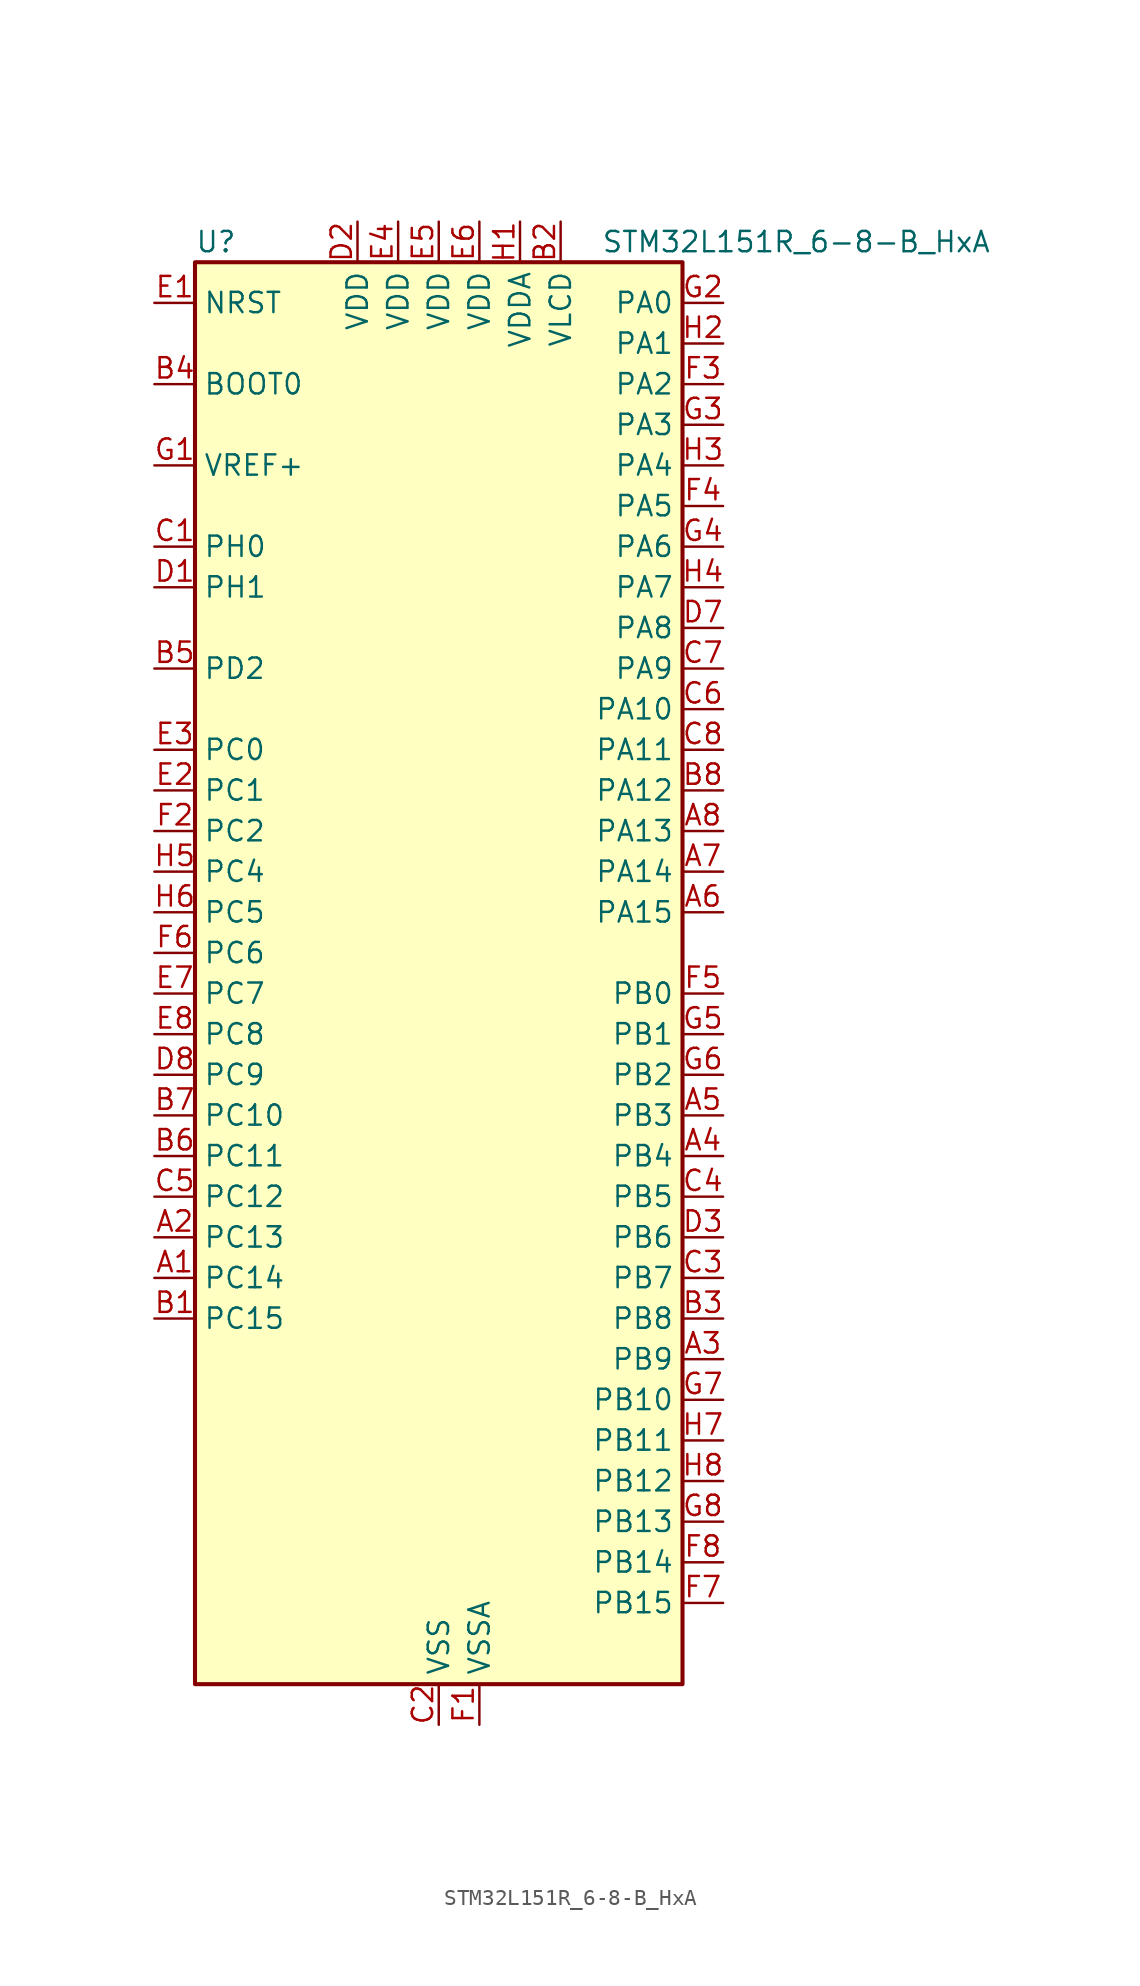
<source format=kicad_sym>
(kicad_symbol_lib
  (version 20231120)
  (generator "kicad-library-utils")
  (generator_version "8.0")
  (symbol "STM32L151R_6-8-B_HxA"
    (property "Reference" "U"
      (at -15.24 46.99 0)
      (effects (font (size 1.27 1.27)) (justify left)))
    (property "Value" "STM32L151R_6-8-B_HxA"
      (at 10.16 46.99 0)
      (effects (font (size 1.27 1.27)) (justify left)))
    (symbol "STM32L151R_6-8-B_HxA_0_1"
      (rectangle (start -15.24 -43.18) (end 15.24 45.72) (stroke (width 0.254) (type default)) (fill (type background))))
    (symbol "STM32L151R_6-8-B_HxA_1_1"
      (pin bidirectional line (at -17.78 -17.78 0) (length 2.54) (name "PC14" (effects (font (size 1.27 1.27)))) (number "A1" (effects (font (size 1.27 1.27)))) (alternate "RCC_OSC32_IN" bidirectional line) (alternate "TIMX_IC3" bidirectional line))
      (pin bidirectional line (at -17.78 -15.24 0) (length 2.54) (name "PC13" (effects (font (size 1.27 1.27)))) (number "A2" (effects (font (size 1.27 1.27)))) (alternate "RTC_OUT_ALARM" bidirectional line) (alternate "RTC_OUT_CALIB" bidirectional line) (alternate "RTC_TAMP1" bidirectional line) (alternate "RTC_TS" bidirectional line) (alternate "SYS_WKUP2" bidirectional line) (alternate "TIMX_IC2" bidirectional line))
      (pin bidirectional line (at 17.78 -22.86 180) (length 2.54) (name "PB9" (effects (font (size 1.27 1.27)))) (number "A3" (effects (font (size 1.27 1.27)))) (alternate "DAC_EXTI9" bidirectional line) (alternate "I2C1_SDA" bidirectional line) (alternate "TIM11_CH1" bidirectional line) (alternate "TIM4_CH4" bidirectional line))
      (pin bidirectional line (at 17.78 -10.16 180) (length 2.54) (name "PB4" (effects (font (size 1.27 1.27)))) (number "A4" (effects (font (size 1.27 1.27)))) (alternate "COMP2_INP" bidirectional line) (alternate "SPI1_MISO" bidirectional line) (alternate "SYS_JTRST" bidirectional line) (alternate "TIM3_CH1" bidirectional line) (alternate "TS_G6_IO1" bidirectional line))
      (pin bidirectional line (at 17.78 -7.62 180) (length 2.54) (name "PB3" (effects (font (size 1.27 1.27)))) (number "A5" (effects (font (size 1.27 1.27)))) (alternate "COMP2_INM" bidirectional line) (alternate "SPI1_SCK" bidirectional line) (alternate "SYS_JTDO-TRACESWO" bidirectional line) (alternate "TIM2_CH2" bidirectional line))
      (pin bidirectional line (at 17.78 5.08 180) (length 2.54) (name "PA15" (effects (font (size 1.27 1.27)))) (number "A6" (effects (font (size 1.27 1.27)))) (alternate "ADC_EXTI15" bidirectional line) (alternate "SPI1_NSS" bidirectional line) (alternate "SYS_JTDI" bidirectional line) (alternate "TIM2_CH1" bidirectional line) (alternate "TIM2_ETR" bidirectional line) (alternate "TIMX_IC4" bidirectional line) (alternate "TS_G5_IO3" bidirectional line))
      (pin bidirectional line (at 17.78 7.62 180) (length 2.54) (name "PA14" (effects (font (size 1.27 1.27)))) (number "A7" (effects (font (size 1.27 1.27)))) (alternate "SYS_JTCK-SWCLK" bidirectional line) (alternate "TIMX_IC3" bidirectional line) (alternate "TS_G5_IO2" bidirectional line))
      (pin bidirectional line (at 17.78 10.16 180) (length 2.54) (name "PA13" (effects (font (size 1.27 1.27)))) (number "A8" (effects (font (size 1.27 1.27)))) (alternate "SYS_JTMS-SWDIO" bidirectional line) (alternate "TIMX_IC2" bidirectional line) (alternate "TS_G5_IO1" bidirectional line))
      (pin bidirectional line (at -17.78 -20.32 0) (length 2.54) (name "PC15" (effects (font (size 1.27 1.27)))) (number "B1" (effects (font (size 1.27 1.27)))) (alternate "ADC_EXTI15" bidirectional line) (alternate "RCC_OSC32_OUT" bidirectional line) (alternate "TIMX_IC4" bidirectional line))
      (pin power_in line (at 7.62 48.26 270) (length 2.54) (name "VLCD" (effects (font (size 1.27 1.27)))) (number "B2" (effects (font (size 1.27 1.27)))))
      (pin bidirectional line (at 17.78 -20.32 180) (length 2.54) (name "PB8" (effects (font (size 1.27 1.27)))) (number "B3" (effects (font (size 1.27 1.27)))) (alternate "I2C1_SCL" bidirectional line) (alternate "TIM10_CH1" bidirectional line) (alternate "TIM4_CH3" bidirectional line))
      (pin input line (at -17.78 38.1 0) (length 2.54) (name "BOOT0" (effects (font (size 1.27 1.27)))) (number "B4" (effects (font (size 1.27 1.27)))))
      (pin bidirectional line (at -17.78 20.32 0) (length 2.54) (name "PD2" (effects (font (size 1.27 1.27)))) (number "B5" (effects (font (size 1.27 1.27)))) (alternate "TIM3_ETR" bidirectional line) (alternate "TIMX_IC3" bidirectional line))
      (pin bidirectional line (at -17.78 -10.16 0) (length 2.54) (name "PC11" (effects (font (size 1.27 1.27)))) (number "B6" (effects (font (size 1.27 1.27)))) (alternate "ADC_EXTI11" bidirectional line) (alternate "TIMX_IC4" bidirectional line) (alternate "USART3_RX" bidirectional line))
      (pin bidirectional line (at -17.78 -7.62 0) (length 2.54) (name "PC10" (effects (font (size 1.27 1.27)))) (number "B7" (effects (font (size 1.27 1.27)))) (alternate "TIMX_IC3" bidirectional line) (alternate "USART3_TX" bidirectional line))
      (pin bidirectional line (at 17.78 12.7 180) (length 2.54) (name "PA12" (effects (font (size 1.27 1.27)))) (number "B8" (effects (font (size 1.27 1.27)))) (alternate "SPI1_MOSI" bidirectional line) (alternate "TIMX_IC1" bidirectional line) (alternate "USART1_RTS" bidirectional line) (alternate "USB_DP" bidirectional line))
      (pin bidirectional line (at -17.78 27.94 0) (length 2.54) (name "PH0" (effects (font (size 1.27 1.27)))) (number "C1" (effects (font (size 1.27 1.27)))) (alternate "RCC_OSC_IN" bidirectional line))
      (pin power_in line (at 0 -45.72 90) (length 2.54) (name "VSS" (effects (font (size 1.27 1.27)))) (number "C2" (effects (font (size 1.27 1.27)))))
      (pin bidirectional line (at 17.78 -17.78 180) (length 2.54) (name "PB7" (effects (font (size 1.27 1.27)))) (number "C3" (effects (font (size 1.27 1.27)))) (alternate "I2C1_SDA" bidirectional line) (alternate "SYS_PVD_IN" bidirectional line) (alternate "TIM4_CH2" bidirectional line) (alternate "TS_G6_IO4" bidirectional line) (alternate "USART1_RX" bidirectional line))
      (pin bidirectional line (at 17.78 -12.7 180) (length 2.54) (name "PB5" (effects (font (size 1.27 1.27)))) (number "C4" (effects (font (size 1.27 1.27)))) (alternate "COMP2_INP" bidirectional line) (alternate "I2C1_SMBA" bidirectional line) (alternate "SPI1_MOSI" bidirectional line) (alternate "TIM3_CH2" bidirectional line) (alternate "TS_G6_IO2" bidirectional line))
      (pin bidirectional line (at -17.78 -12.7 0) (length 2.54) (name "PC12" (effects (font (size 1.27 1.27)))) (number "C5" (effects (font (size 1.27 1.27)))) (alternate "TIMX_IC1" bidirectional line) (alternate "USART3_CK" bidirectional line))
      (pin bidirectional line (at 17.78 17.78 180) (length 2.54) (name "PA10" (effects (font (size 1.27 1.27)))) (number "C6" (effects (font (size 1.27 1.27)))) (alternate "TIMX_IC3" bidirectional line) (alternate "TS_G4_IO3" bidirectional line) (alternate "USART1_RX" bidirectional line))
      (pin bidirectional line (at 17.78 20.32 180) (length 2.54) (name "PA9" (effects (font (size 1.27 1.27)))) (number "C7" (effects (font (size 1.27 1.27)))) (alternate "DAC_EXTI9" bidirectional line) (alternate "TIMX_IC2" bidirectional line) (alternate "TS_G4_IO2" bidirectional line) (alternate "USART1_TX" bidirectional line))
      (pin bidirectional line (at 17.78 15.24 180) (length 2.54) (name "PA11" (effects (font (size 1.27 1.27)))) (number "C8" (effects (font (size 1.27 1.27)))) (alternate "ADC_EXTI11" bidirectional line) (alternate "SPI1_MISO" bidirectional line) (alternate "TIMX_IC4" bidirectional line) (alternate "USART1_CTS" bidirectional line) (alternate "USB_DM" bidirectional line))
      (pin bidirectional line (at -17.78 25.4 0) (length 2.54) (name "PH1" (effects (font (size 1.27 1.27)))) (number "D1" (effects (font (size 1.27 1.27)))) (alternate "RCC_OSC_OUT" bidirectional line))
      (pin power_in line (at -5.08 48.26 270) (length 2.54) (name "VDD" (effects (font (size 1.27 1.27)))) (number "D2" (effects (font (size 1.27 1.27)))))
      (pin bidirectional line (at 17.78 -15.24 180) (length 2.54) (name "PB6" (effects (font (size 1.27 1.27)))) (number "D3" (effects (font (size 1.27 1.27)))) (alternate "I2C1_SCL" bidirectional line) (alternate "TIM4_CH1" bidirectional line) (alternate "TS_G6_IO3" bidirectional line) (alternate "USART1_TX" bidirectional line))
      (pin passive line (at 0 -45.72 90) (length 2.54) hide (name "VSS" (effects (font (size 1.27 1.27)))) (number "D4" (effects (font (size 1.27 1.27)))))
      (pin passive line (at 0 -45.72 90) (length 2.54) hide (name "VSS" (effects (font (size 1.27 1.27)))) (number "D5" (effects (font (size 1.27 1.27)))))
      (pin passive line (at 0 -45.72 90) (length 2.54) hide (name "VSS" (effects (font (size 1.27 1.27)))) (number "D6" (effects (font (size 1.27 1.27)))))
      (pin bidirectional line (at 17.78 22.86 180) (length 2.54) (name "PA8" (effects (font (size 1.27 1.27)))) (number "D7" (effects (font (size 1.27 1.27)))) (alternate "RCC_MCO" bidirectional line) (alternate "TIMX_IC1" bidirectional line) (alternate "TS_G4_IO1" bidirectional line) (alternate "USART1_CK" bidirectional line))
      (pin bidirectional line (at -17.78 -5.08 0) (length 2.54) (name "PC9" (effects (font (size 1.27 1.27)))) (number "D8" (effects (font (size 1.27 1.27)))) (alternate "DAC_EXTI9" bidirectional line) (alternate "TIM3_CH4" bidirectional line) (alternate "TIMX_IC2" bidirectional line) (alternate "TS_G10_IO4" bidirectional line))
      (pin input line (at -17.78 43.18 0) (length 2.54) (name "NRST" (effects (font (size 1.27 1.27)))) (number "E1" (effects (font (size 1.27 1.27)))))
      (pin bidirectional line (at -17.78 12.7 0) (length 2.54) (name "PC1" (effects (font (size 1.27 1.27)))) (number "E2" (effects (font (size 1.27 1.27)))) (alternate "ADC_IN11" bidirectional line) (alternate "COMP1_INP" bidirectional line) (alternate "TIMX_IC2" bidirectional line) (alternate "TS_G8_IO2" bidirectional line))
      (pin bidirectional line (at -17.78 15.24 0) (length 2.54) (name "PC0" (effects (font (size 1.27 1.27)))) (number "E3" (effects (font (size 1.27 1.27)))) (alternate "ADC_IN10" bidirectional line) (alternate "COMP1_INP" bidirectional line) (alternate "TIMX_IC1" bidirectional line) (alternate "TS_G8_IO1" bidirectional line))
      (pin power_in line (at -2.54 48.26 270) (length 2.54) (name "VDD" (effects (font (size 1.27 1.27)))) (number "E4" (effects (font (size 1.27 1.27)))))
      (pin power_in line (at 0 48.26 270) (length 2.54) (name "VDD" (effects (font (size 1.27 1.27)))) (number "E5" (effects (font (size 1.27 1.27)))))
      (pin power_in line (at 2.54 48.26 270) (length 2.54) (name "VDD" (effects (font (size 1.27 1.27)))) (number "E6" (effects (font (size 1.27 1.27)))))
      (pin bidirectional line (at -17.78 0 0) (length 2.54) (name "PC7" (effects (font (size 1.27 1.27)))) (number "E7" (effects (font (size 1.27 1.27)))) (alternate "TIM3_CH2" bidirectional line) (alternate "TIMX_IC4" bidirectional line) (alternate "TS_G10_IO2" bidirectional line))
      (pin bidirectional line (at -17.78 -2.54 0) (length 2.54) (name "PC8" (effects (font (size 1.27 1.27)))) (number "E8" (effects (font (size 1.27 1.27)))) (alternate "TIM3_CH3" bidirectional line) (alternate "TIMX_IC1" bidirectional line) (alternate "TS_G10_IO3" bidirectional line))
      (pin power_in line (at 2.54 -45.72 90) (length 2.54) (name "VSSA" (effects (font (size 1.27 1.27)))) (number "F1" (effects (font (size 1.27 1.27)))))
      (pin bidirectional line (at -17.78 10.16 0) (length 2.54) (name "PC2" (effects (font (size 1.27 1.27)))) (number "F2" (effects (font (size 1.27 1.27)))) (alternate "ADC_IN12" bidirectional line) (alternate "COMP1_INP" bidirectional line) (alternate "TIMX_IC3" bidirectional line) (alternate "TS_G8_IO3" bidirectional line))
      (pin bidirectional line (at 17.78 38.1 180) (length 2.54) (name "PA2" (effects (font (size 1.27 1.27)))) (number "F3" (effects (font (size 1.27 1.27)))) (alternate "ADC_IN2" bidirectional line) (alternate "COMP1_INP" bidirectional line) (alternate "TIM2_CH3" bidirectional line) (alternate "TIM9_CH1" bidirectional line) (alternate "TIMX_IC3" bidirectional line) (alternate "TS_G1_IO3" bidirectional line) (alternate "USART2_TX" bidirectional line))
      (pin bidirectional line (at 17.78 30.48 180) (length 2.54) (name "PA5" (effects (font (size 1.27 1.27)))) (number "F4" (effects (font (size 1.27 1.27)))) (alternate "ADC_IN5" bidirectional line) (alternate "COMP1_INP" bidirectional line) (alternate "DAC_OUT2" bidirectional line) (alternate "SPI1_SCK" bidirectional line) (alternate "TIM2_CH1" bidirectional line) (alternate "TIM2_ETR" bidirectional line) (alternate "TIMX_IC2" bidirectional line))
      (pin bidirectional line (at 17.78 0 180) (length 2.54) (name "PB0" (effects (font (size 1.27 1.27)))) (number "F5" (effects (font (size 1.27 1.27)))) (alternate "ADC_IN8" bidirectional line) (alternate "COMP1_INP" bidirectional line) (alternate "SYS_V_REF_OUT" bidirectional line) (alternate "TIM3_CH3" bidirectional line) (alternate "TS_G3_IO1" bidirectional line))
      (pin bidirectional line (at -17.78 2.54 0) (length 2.54) (name "PC6" (effects (font (size 1.27 1.27)))) (number "F6" (effects (font (size 1.27 1.27)))) (alternate "TIM3_CH1" bidirectional line) (alternate "TIMX_IC3" bidirectional line) (alternate "TS_G10_IO1" bidirectional line))
      (pin bidirectional line (at 17.78 -38.1 180) (length 2.54) (name "PB15" (effects (font (size 1.27 1.27)))) (number "F7" (effects (font (size 1.27 1.27)))) (alternate "ADC_EXTI15" bidirectional line) (alternate "ADC_IN21" bidirectional line) (alternate "COMP1_INP" bidirectional line) (alternate "RTC_REFIN" bidirectional line) (alternate "SPI2_MOSI" bidirectional line) (alternate "TIM11_CH1" bidirectional line) (alternate "TS_G7_IO4" bidirectional line))
      (pin bidirectional line (at 17.78 -35.56 180) (length 2.54) (name "PB14" (effects (font (size 1.27 1.27)))) (number "F8" (effects (font (size 1.27 1.27)))) (alternate "ADC_IN20" bidirectional line) (alternate "COMP1_INP" bidirectional line) (alternate "SPI2_MISO" bidirectional line) (alternate "TIM9_CH2" bidirectional line) (alternate "TS_G7_IO3" bidirectional line) (alternate "USART3_RTS" bidirectional line))
      (pin input line (at -17.78 33.02 0) (length 2.54) (name "VREF+" (effects (font (size 1.27 1.27)))) (number "G1" (effects (font (size 1.27 1.27)))))
      (pin bidirectional line (at 17.78 43.18 180) (length 2.54) (name "PA0" (effects (font (size 1.27 1.27)))) (number "G2" (effects (font (size 1.27 1.27)))) (alternate "ADC_IN0" bidirectional line) (alternate "COMP1_INP" bidirectional line) (alternate "RTC_TAMP2" bidirectional line) (alternate "SYS_WKUP1" bidirectional line) (alternate "TIM2_CH1" bidirectional line) (alternate "TIM2_ETR" bidirectional line) (alternate "TIMX_IC1" bidirectional line) (alternate "TS_G1_IO1" bidirectional line) (alternate "USART2_CTS" bidirectional line))
      (pin bidirectional line (at 17.78 35.56 180) (length 2.54) (name "PA3" (effects (font (size 1.27 1.27)))) (number "G3" (effects (font (size 1.27 1.27)))) (alternate "ADC_IN3" bidirectional line) (alternate "COMP1_INP" bidirectional line) (alternate "TIM2_CH4" bidirectional line) (alternate "TIM9_CH2" bidirectional line) (alternate "TIMX_IC4" bidirectional line) (alternate "TS_G1_IO4" bidirectional line) (alternate "USART2_RX" bidirectional line))
      (pin bidirectional line (at 17.78 27.94 180) (length 2.54) (name "PA6" (effects (font (size 1.27 1.27)))) (number "G4" (effects (font (size 1.27 1.27)))) (alternate "ADC_IN6" bidirectional line) (alternate "COMP1_INP" bidirectional line) (alternate "SPI1_MISO" bidirectional line) (alternate "TIM10_CH1" bidirectional line) (alternate "TIM3_CH1" bidirectional line) (alternate "TIMX_IC3" bidirectional line) (alternate "TS_G2_IO1" bidirectional line))
      (pin bidirectional line (at 17.78 -2.54 180) (length 2.54) (name "PB1" (effects (font (size 1.27 1.27)))) (number "G5" (effects (font (size 1.27 1.27)))) (alternate "ADC_IN9" bidirectional line) (alternate "COMP1_INP" bidirectional line) (alternate "SYS_V_REF_OUT" bidirectional line) (alternate "TIM3_CH4" bidirectional line) (alternate "TS_G3_IO2" bidirectional line))
      (pin bidirectional line (at 17.78 -5.08 180) (length 2.54) (name "PB2" (effects (font (size 1.27 1.27)))) (number "G6" (effects (font (size 1.27 1.27)))) (alternate "TS_G3_IO3" bidirectional line))
      (pin bidirectional line (at 17.78 -25.4 180) (length 2.54) (name "PB10" (effects (font (size 1.27 1.27)))) (number "G7" (effects (font (size 1.27 1.27)))) (alternate "I2C2_SCL" bidirectional line) (alternate "TIM2_CH3" bidirectional line) (alternate "USART3_TX" bidirectional line))
      (pin bidirectional line (at 17.78 -33.02 180) (length 2.54) (name "PB13" (effects (font (size 1.27 1.27)))) (number "G8" (effects (font (size 1.27 1.27)))) (alternate "ADC_IN19" bidirectional line) (alternate "COMP1_INP" bidirectional line) (alternate "SPI2_SCK" bidirectional line) (alternate "TIM9_CH1" bidirectional line) (alternate "TS_G7_IO2" bidirectional line) (alternate "USART3_CTS" bidirectional line))
      (pin power_in line (at 5.08 48.26 270) (length 2.54) (name "VDDA" (effects (font (size 1.27 1.27)))) (number "H1" (effects (font (size 1.27 1.27)))))
      (pin bidirectional line (at 17.78 40.64 180) (length 2.54) (name "PA1" (effects (font (size 1.27 1.27)))) (number "H2" (effects (font (size 1.27 1.27)))) (alternate "ADC_IN1" bidirectional line) (alternate "COMP1_INP" bidirectional line) (alternate "TIM2_CH2" bidirectional line) (alternate "TIMX_IC2" bidirectional line) (alternate "TS_G1_IO2" bidirectional line) (alternate "USART2_RTS" bidirectional line))
      (pin bidirectional line (at 17.78 33.02 180) (length 2.54) (name "PA4" (effects (font (size 1.27 1.27)))) (number "H3" (effects (font (size 1.27 1.27)))) (alternate "ADC_IN4" bidirectional line) (alternate "COMP1_INP" bidirectional line) (alternate "DAC_OUT1" bidirectional line) (alternate "SPI1_NSS" bidirectional line) (alternate "TIMX_IC1" bidirectional line) (alternate "USART2_CK" bidirectional line))
      (pin bidirectional line (at 17.78 25.4 180) (length 2.54) (name "PA7" (effects (font (size 1.27 1.27)))) (number "H4" (effects (font (size 1.27 1.27)))) (alternate "ADC_IN7" bidirectional line) (alternate "COMP1_INP" bidirectional line) (alternate "SPI1_MOSI" bidirectional line) (alternate "TIM11_CH1" bidirectional line) (alternate "TIM3_CH2" bidirectional line) (alternate "TIMX_IC4" bidirectional line) (alternate "TS_G2_IO2" bidirectional line))
      (pin bidirectional line (at -17.78 7.62 0) (length 2.54) (name "PC4" (effects (font (size 1.27 1.27)))) (number "H5" (effects (font (size 1.27 1.27)))) (alternate "ADC_IN14" bidirectional line) (alternate "COMP1_INP" bidirectional line) (alternate "TIMX_IC1" bidirectional line) (alternate "TS_G9_IO1" bidirectional line))
      (pin bidirectional line (at -17.78 5.08 0) (length 2.54) (name "PC5" (effects (font (size 1.27 1.27)))) (number "H6" (effects (font (size 1.27 1.27)))) (alternate "ADC_IN15" bidirectional line) (alternate "COMP1_INP" bidirectional line) (alternate "TIMX_IC2" bidirectional line) (alternate "TS_G9_IO2" bidirectional line))
      (pin bidirectional line (at 17.78 -27.94 180) (length 2.54) (name "PB11" (effects (font (size 1.27 1.27)))) (number "H7" (effects (font (size 1.27 1.27)))) (alternate "ADC_EXTI11" bidirectional line) (alternate "I2C2_SDA" bidirectional line) (alternate "TIM2_CH4" bidirectional line) (alternate "USART3_RX" bidirectional line))
      (pin bidirectional line (at 17.78 -30.48 180) (length 2.54) (name "PB12" (effects (font (size 1.27 1.27)))) (number "H8" (effects (font (size 1.27 1.27)))) (alternate "ADC_IN18" bidirectional line) (alternate "COMP1_INP" bidirectional line) (alternate "I2C2_SMBA" bidirectional line) (alternate "SPI2_NSS" bidirectional line) (alternate "TIM10_CH1" bidirectional line) (alternate "TS_G7_IO1" bidirectional line) (alternate "USART3_CK" bidirectional line)))))
</source>
